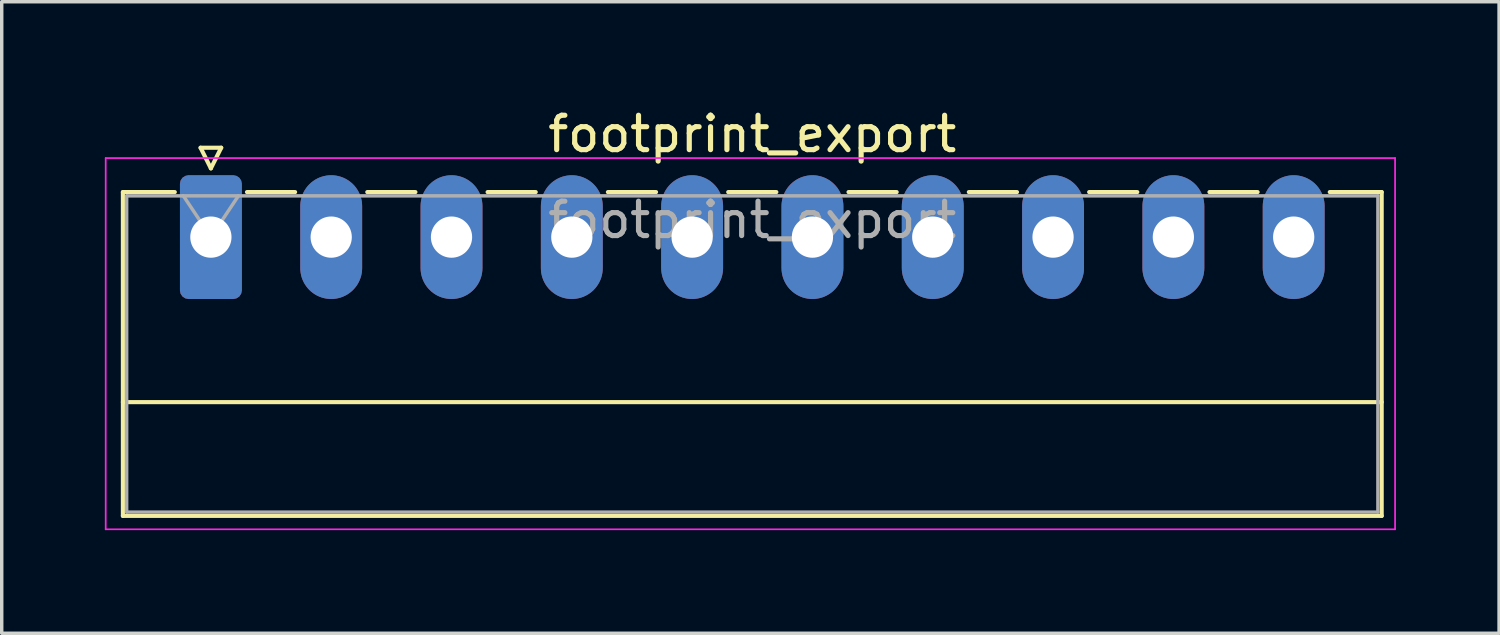
<source format=kicad_pcb>
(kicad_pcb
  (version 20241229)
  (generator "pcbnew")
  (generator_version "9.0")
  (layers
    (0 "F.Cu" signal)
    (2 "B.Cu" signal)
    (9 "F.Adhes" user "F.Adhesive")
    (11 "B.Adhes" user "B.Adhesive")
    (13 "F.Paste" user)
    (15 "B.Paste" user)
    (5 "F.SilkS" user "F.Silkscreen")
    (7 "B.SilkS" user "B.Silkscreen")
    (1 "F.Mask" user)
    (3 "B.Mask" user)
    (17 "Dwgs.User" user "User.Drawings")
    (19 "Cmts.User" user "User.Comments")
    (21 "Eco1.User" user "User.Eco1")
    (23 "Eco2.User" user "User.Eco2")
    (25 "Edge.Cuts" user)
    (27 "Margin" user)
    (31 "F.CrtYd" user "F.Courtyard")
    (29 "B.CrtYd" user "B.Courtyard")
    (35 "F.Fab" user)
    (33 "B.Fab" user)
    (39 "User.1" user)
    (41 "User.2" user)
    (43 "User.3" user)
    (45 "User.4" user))
  (footprint "footprint_export"
    (layer "F.Cu")
    (at 3.085 3.848)
    (property "Reference" "footprint_export" (at 15.75 -3 0) (layer "F.SilkS") (effects (font (size 1 1) (thickness 0.15))))
    (attr through_hole)
    (fp_line (start -2.56 -1.31) (end -2.56 8.11) (stroke (width 0.12) (type solid)) (layer "F.SilkS"))
    (fp_line (start -2.56 -1.31) (end -1.05 -1.31) (stroke (width 0.12) (type solid)) (layer "F.SilkS"))
    (fp_line (start -2.56 4.8) (end 34.06 4.8) (stroke (width 0.12) (type solid)) (layer "F.SilkS"))
    (fp_line (start -2.56 8.11) (end 34.06 8.11) (stroke (width 0.12) (type solid)) (layer "F.SilkS"))
    (fp_line (start -0.3 -2.6) (end 0.3 -2.6) (stroke (width 0.12) (type solid)) (layer "F.SilkS"))
    (fp_line (start 0 -2) (end -0.3 -2.6) (stroke (width 0.12) (type solid)) (layer "F.SilkS"))
    (fp_line (start 0.3 -2.6) (end 0 -2) (stroke (width 0.12) (type solid)) (layer "F.SilkS"))
    (fp_line (start 1.05 -1.31) (end 2.45 -1.31) (stroke (width 0.12) (type solid)) (layer "F.SilkS"))
    (fp_line (start 4.55 -1.31) (end 5.95 -1.31) (stroke (width 0.12) (type solid)) (layer "F.SilkS"))
    (fp_line (start 8.05 -1.31) (end 9.45 -1.31) (stroke (width 0.12) (type solid)) (layer "F.SilkS"))
    (fp_line (start 11.55 -1.31) (end 12.95 -1.31) (stroke (width 0.12) (type solid)) (layer "F.SilkS"))
    (fp_line (start 15.05 -1.31) (end 16.45 -1.31) (stroke (width 0.12) (type solid)) (layer "F.SilkS"))
    (fp_line (start 18.55 -1.31) (end 19.95 -1.31) (stroke (width 0.12) (type solid)) (layer "F.SilkS"))
    (fp_line (start 22.05 -1.31) (end 23.45 -1.31) (stroke (width 0.12) (type solid)) (layer "F.SilkS"))
    (fp_line (start 25.55 -1.31) (end 26.95 -1.31) (stroke (width 0.12) (type solid)) (layer "F.SilkS"))
    (fp_line (start 29.05 -1.31) (end 30.45 -1.31) (stroke (width 0.12) (type solid)) (layer "F.SilkS"))
    (fp_line (start 34.06 -1.31) (end 32.55 -1.31) (stroke (width 0.12) (type solid)) (layer "F.SilkS"))
    (fp_line (start 34.06 8.11) (end 34.06 -1.31) (stroke (width 0.12) (type solid)) (layer "F.SilkS"))
    (fp_line (start -3.06 -2.3) (end -3.06 8.5) (stroke (width 0.05) (type solid)) (layer "F.CrtYd"))
    (fp_line (start -3.06 8.5) (end 34.45 8.5) (stroke (width 0.05) (type solid)) (layer "F.CrtYd"))
    (fp_line (start 34.45 -2.3) (end -3.06 -2.3) (stroke (width 0.05) (type solid)) (layer "F.CrtYd"))
    (fp_line (start 34.45 8.5) (end 34.45 -2.3) (stroke (width 0.05) (type solid)) (layer "F.CrtYd"))
    (fp_line (start -2.45 -1.2) (end -2.45 8) (stroke (width 0.1) (type solid)) (layer "F.Fab"))
    (fp_line (start -2.45 8) (end 33.95 8) (stroke (width 0.1) (type solid)) (layer "F.Fab"))
    (fp_line (start 0 0) (end -0.8 -1.2) (stroke (width 0.1) (type solid)) (layer "F.Fab"))
    (fp_line (start 0.8 -1.2) (end 0 0) (stroke (width 0.1) (type solid)) (layer "F.Fab"))
    (fp_line (start 33.95 -1.2) (end -2.45 -1.2) (stroke (width 0.1) (type solid)) (layer "F.Fab"))
    (fp_line (start 33.95 8) (end 33.95 -1.2) (stroke (width 0.1) (type solid)) (layer "F.Fab"))
    (fp_text user "${REFERENCE}" (at 15.75 -0.5 0) (layer "F.Fab") (effects (font (size 1 1) (thickness 0.15))))
    (pad "1" thru_hole roundrect (at 0 0) (size 1.8 3.6) (drill 1.2) (layers "*.Cu" "*.Mask") (roundrect_rratio 0.139))
    (pad "2" thru_hole oval (at 3.5 0) (size 1.8 3.6) (drill 1.2) (layers "*.Cu" "*.Mask"))
    (pad "3" thru_hole oval (at 7 0) (size 1.8 3.6) (drill 1.2) (layers "*.Cu" "*.Mask"))
    (pad "4" thru_hole oval (at 10.5 0) (size 1.8 3.6) (drill 1.2) (layers "*.Cu" "*.Mask"))
    (pad "5" thru_hole oval (at 14 0) (size 1.8 3.6) (drill 1.2) (layers "*.Cu" "*.Mask"))
    (pad "6" thru_hole oval (at 17.5 0) (size 1.8 3.6) (drill 1.2) (layers "*.Cu" "*.Mask"))
    (pad "7" thru_hole oval (at 21 0) (size 1.8 3.6) (drill 1.2) (layers "*.Cu" "*.Mask"))
    (pad "8" thru_hole oval (at 24.5 0) (size 1.8 3.6) (drill 1.2) (layers "*.Cu" "*.Mask"))
    (pad "9" thru_hole oval (at 28 0) (size 1.8 3.6) (drill 1.2) (layers "*.Cu" "*.Mask"))
    (pad "10" thru_hole oval (at 31.5 0) (size 1.8 3.6) (drill 1.2) (layers "*.Cu" "*.Mask")))
  (gr_rect
    (start -3 -3)
    (end 40.56 15.373)
    (stroke (width 0.1) (type default))
    (fill no)
    (layer "Edge.Cuts")))
</source>
